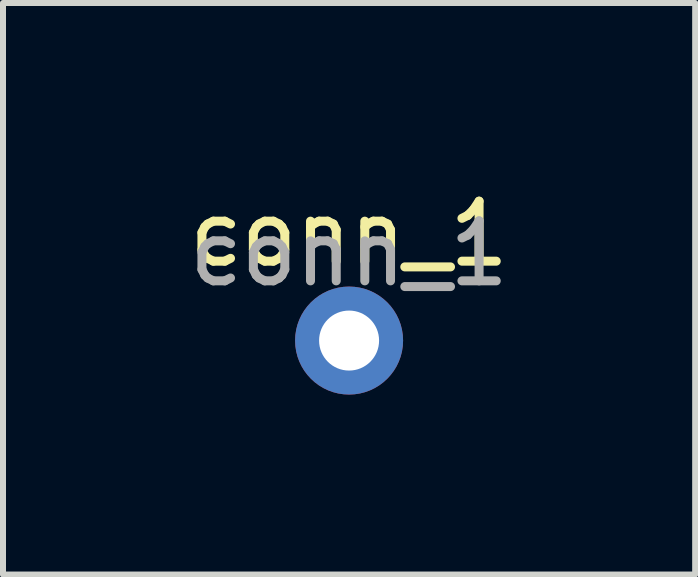
<source format=kicad_pcb>
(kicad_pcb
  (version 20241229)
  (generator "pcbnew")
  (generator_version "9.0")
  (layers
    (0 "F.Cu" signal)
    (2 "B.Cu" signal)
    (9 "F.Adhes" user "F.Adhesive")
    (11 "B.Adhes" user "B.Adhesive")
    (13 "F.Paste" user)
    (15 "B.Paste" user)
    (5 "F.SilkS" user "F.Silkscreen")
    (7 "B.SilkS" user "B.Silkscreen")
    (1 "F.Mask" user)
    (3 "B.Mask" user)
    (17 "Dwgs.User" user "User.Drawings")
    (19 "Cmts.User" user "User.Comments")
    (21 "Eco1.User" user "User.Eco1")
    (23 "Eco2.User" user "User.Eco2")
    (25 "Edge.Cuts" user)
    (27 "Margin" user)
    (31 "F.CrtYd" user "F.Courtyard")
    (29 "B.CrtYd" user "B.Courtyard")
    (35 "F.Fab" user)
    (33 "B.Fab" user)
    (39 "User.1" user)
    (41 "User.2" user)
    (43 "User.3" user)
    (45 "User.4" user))
  (footprint "conn_1"
    (layer "F.Cu")
    (at 2.768 2.626)
    (property "Reference" "conn_1" (at 0 -1.778 0) (layer "F.SilkS") (effects (font (size 1 1) (thickness 0.15))))
    (attr exclude_from_pos_files)
    (fp_text user "${REFERENCE}" (at 0 -1.45 0) (layer "F.Fab") (effects (font (size 1 1) (thickness 0.15))))
    (pad "1" thru_hole circle (at 0 0) (size 1.8 1.8) (drill 1) (layers "*.Cu" "*.Mask")))
  (gr_rect
    (start -3 -3)
    (end 8.536 6.526)
    (stroke (width 0.1) (type default))
    (fill no)
    (layer "Edge.Cuts")))
</source>
